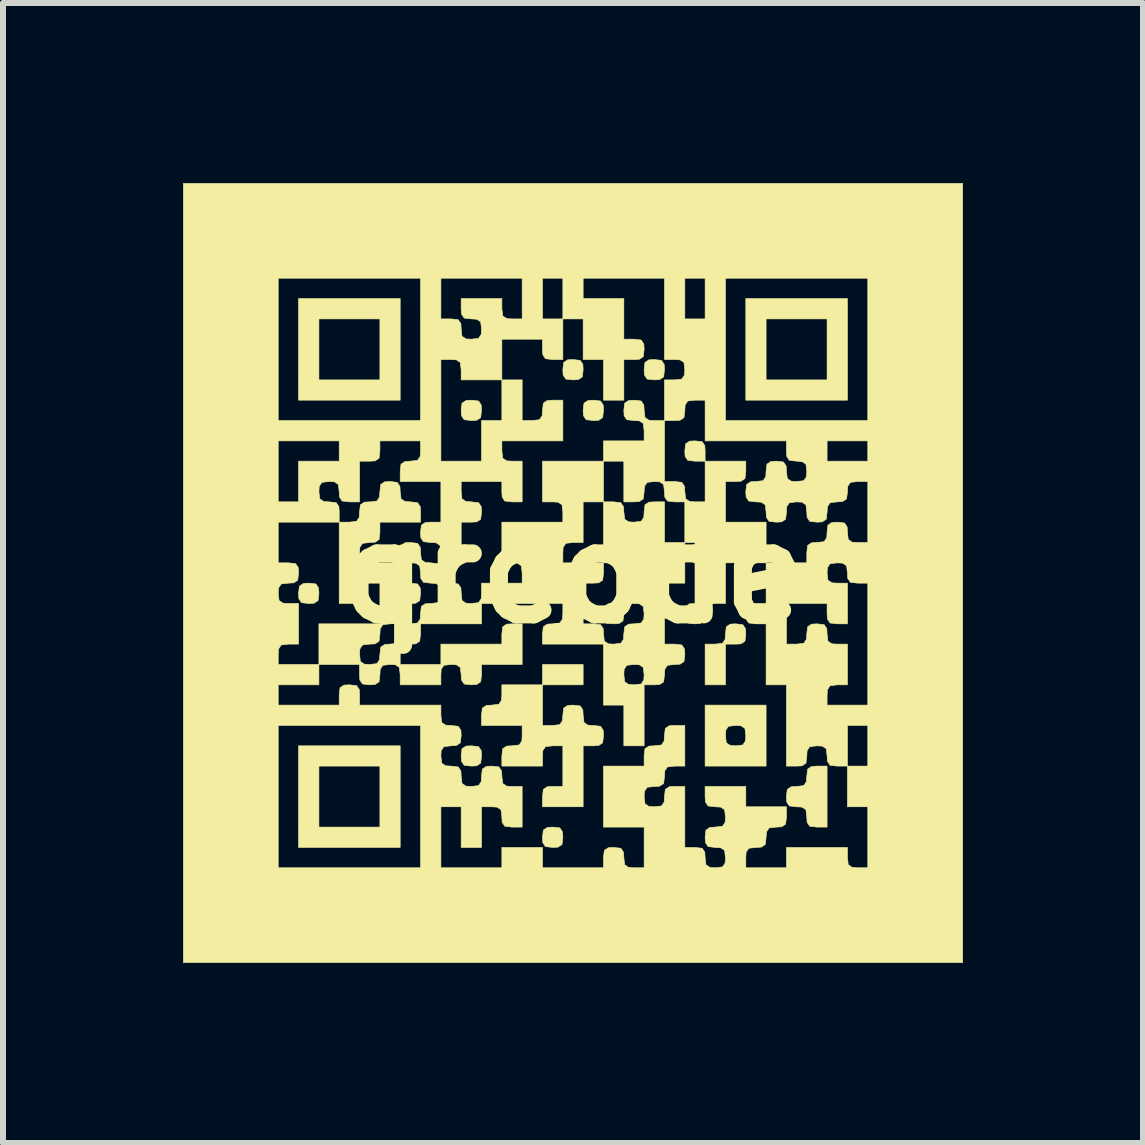
<source format=kicad_pcb>
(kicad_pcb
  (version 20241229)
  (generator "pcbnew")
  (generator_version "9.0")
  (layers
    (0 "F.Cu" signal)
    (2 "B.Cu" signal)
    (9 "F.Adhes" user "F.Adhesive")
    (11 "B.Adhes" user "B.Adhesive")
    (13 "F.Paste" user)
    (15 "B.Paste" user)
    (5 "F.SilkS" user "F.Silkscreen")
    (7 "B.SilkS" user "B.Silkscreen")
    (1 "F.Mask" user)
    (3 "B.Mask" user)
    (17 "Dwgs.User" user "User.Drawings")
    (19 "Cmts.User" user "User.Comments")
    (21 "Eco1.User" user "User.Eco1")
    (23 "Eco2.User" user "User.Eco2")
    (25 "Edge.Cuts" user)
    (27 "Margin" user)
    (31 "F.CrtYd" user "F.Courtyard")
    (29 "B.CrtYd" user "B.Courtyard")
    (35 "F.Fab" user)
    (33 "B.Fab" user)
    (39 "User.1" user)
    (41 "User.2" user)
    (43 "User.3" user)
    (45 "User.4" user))
  (footprint "qrcode"
    (layer "F.Cu")
    (at 6.496 6.496)
    (property "Reference" "qrcode" (at 0 0 0) (layer "F.SilkS") (effects (font (size 1.524 1.524) (thickness 0.3))))
    (attr through_hole)
    (fp_poly (pts (xy -0.508 1.524) (xy 0.169 1.524) (xy 0.169 1.863) (xy -0.508 1.863) (xy -0.508 1.524)) (stroke (width 0.01) (type solid)) (fill yes) (layer "F.SilkS"))
    (fp_poly (pts (xy -2.879 -2.879) (xy -4.572 -2.879) (xy -4.572 -4.233) (xy -4.233 -4.233) (xy -4.233 -3.217) (xy -3.217 -3.217) (xy -3.217 -4.233) (xy -4.233 -4.233) (xy -4.572 -4.233) (xy -4.572 -4.572) (xy -2.879 -4.572) (xy -2.879 -2.879)) (stroke (width 0.01) (type solid)) (fill yes) (layer "F.SilkS"))
    (fp_poly (pts (xy -2.879 4.572) (xy -4.572 4.572) (xy -4.572 3.217) (xy -4.233 3.217) (xy -4.233 4.233) (xy -3.217 4.233) (xy -3.217 3.217) (xy -4.233 3.217) (xy -4.572 3.217) (xy -4.572 2.879) (xy -2.879 2.879) (xy -2.879 4.572)) (stroke (width 0.01) (type solid)) (fill yes) (layer "F.SilkS"))
    (fp_poly (pts (xy 2.032 -1.863) (xy 1.912 -1.877) (xy 1.868 -1.943) (xy 1.863 -2.032) (xy 1.877 -2.152) (xy 1.943 -2.196) (xy 2.032 -2.201) (xy 2.152 -2.187) (xy 2.196 -2.121) (xy 2.201 -2.032) (xy 2.201 -1.863) (xy 2.032 -1.863)) (stroke (width 0.01) (type solid)) (fill yes) (layer "F.SilkS"))
    (fp_poly (pts (xy 4.572 -2.879) (xy 2.879 -2.879) (xy 2.879 -4.233) (xy 3.217 -4.233) (xy 3.217 -3.217) (xy 4.233 -3.217) (xy 4.233 -4.233) (xy 3.217 -4.233) (xy 2.879 -4.233) (xy 2.879 -4.572) (xy 4.572 -4.572) (xy 4.572 -2.879)) (stroke (width 0.01) (type solid)) (fill yes) (layer "F.SilkS"))
    (fp_poly (pts (xy -4.283 0.183) (xy -4.239 0.249) (xy -4.233 0.339) (xy -4.247 0.459) (xy -4.313 0.503) (xy -4.403 0.508) (xy -4.523 0.494) (xy -4.567 0.428) (xy -4.572 0.339) (xy -4.558 0.219) (xy -4.492 0.175) (xy -4.403 0.169) (xy -4.283 0.183)) (stroke (width 0.01) (type solid)) (fill yes) (layer "F.SilkS"))
    (fp_poly (pts (xy -1.573 -2.865) (xy -1.529 -2.799) (xy -1.524 -2.709) (xy -1.538 -2.589) (xy -1.604 -2.545) (xy -1.693 -2.54) (xy -1.813 -2.554) (xy -1.857 -2.62) (xy -1.863 -2.709) (xy -1.849 -2.829) (xy -1.783 -2.873) (xy -1.693 -2.879) (xy -1.573 -2.865)) (stroke (width 0.01) (type solid)) (fill yes) (layer "F.SilkS"))
    (fp_poly (pts (xy -1.573 2.893) (xy -1.529 2.959) (xy -1.524 3.048) (xy -1.538 3.168) (xy -1.604 3.212) (xy -1.693 3.217) (xy -1.813 3.203) (xy -1.857 3.137) (xy -1.863 3.048) (xy -1.849 2.928) (xy -1.783 2.884) (xy -1.693 2.879) (xy -1.573 2.893)) (stroke (width 0.01) (type solid)) (fill yes) (layer "F.SilkS"))
    (fp_poly (pts (xy -0.219 4.247) (xy -0.175 4.313) (xy -0.169 4.403) (xy -0.183 4.523) (xy -0.249 4.567) (xy -0.339 4.572) (xy -0.459 4.558) (xy -0.503 4.492) (xy -0.508 4.403) (xy -0.494 4.283) (xy -0.428 4.239) (xy -0.339 4.233) (xy -0.219 4.247)) (stroke (width 0.01) (type solid)) (fill yes) (layer "F.SilkS"))
    (fp_poly (pts (xy 0.12 -3.542) (xy 0.164 -3.476) (xy 0.169 -3.387) (xy 0.155 -3.267) (xy 0.089 -3.223) (xy 0 -3.217) (xy -0.12 -3.231) (xy -0.164 -3.297) (xy -0.169 -3.387) (xy -0.155 -3.507) (xy -0.089 -3.551) (xy 0 -3.556) (xy 0.12 -3.542)) (stroke (width 0.01) (type solid)) (fill yes) (layer "F.SilkS"))
    (fp_poly (pts (xy 0.459 -2.865) (xy 0.503 -2.799) (xy 0.508 -2.709) (xy 0.494 -2.589) (xy 0.428 -2.545) (xy 0.339 -2.54) (xy 0.219 -2.554) (xy 0.175 -2.62) (xy 0.169 -2.709) (xy 0.183 -2.829) (xy 0.249 -2.873) (xy 0.339 -2.879) (xy 0.459 -2.865)) (stroke (width 0.01) (type solid)) (fill yes) (layer "F.SilkS"))
    (fp_poly (pts (xy 0.797 0.522) (xy 0.841 0.588) (xy 0.847 0.677) (xy 0.833 0.797) (xy 0.767 0.841) (xy 0.677 0.847) (xy 0.557 0.833) (xy 0.513 0.767) (xy 0.508 0.677) (xy 0.522 0.557) (xy 0.588 0.513) (xy 0.677 0.508) (xy 0.797 0.522)) (stroke (width 0.01) (type solid)) (fill yes) (layer "F.SilkS"))
    (fp_poly (pts (xy 1.475 -3.542) (xy 1.519 -3.476) (xy 1.524 -3.387) (xy 1.51 -3.267) (xy 1.444 -3.223) (xy 1.355 -3.217) (xy 1.235 -3.231) (xy 1.191 -3.297) (xy 1.185 -3.387) (xy 1.199 -3.507) (xy 1.265 -3.551) (xy 1.355 -3.556) (xy 1.475 -3.542)) (stroke (width 0.01) (type solid)) (fill yes) (layer "F.SilkS"))
    (fp_poly (pts (xy 2.829 0.861) (xy 2.873 0.927) (xy 2.879 1.016) (xy 2.865 1.136) (xy 2.799 1.18) (xy 2.709 1.185) (xy 2.54 1.185) (xy 2.54 1.863) (xy 2.201 1.863) (xy 2.201 1.185) (xy 2.371 1.185) (xy 2.491 1.171) (xy 2.535 1.105) (xy 2.54 1.016) (xy 2.554 0.896) (xy 2.62 0.852) (xy 2.709 0.847) (xy 2.829 0.861)) (stroke (width 0.01) (type solid)) (fill yes) (layer "F.SilkS"))
    (fp_poly (pts (xy 3.217 3.217) (xy 2.201 3.217) (xy 2.201 2.709) (xy 2.54 2.709) (xy 2.554 2.829) (xy 2.62 2.873) (xy 2.709 2.879) (xy 2.829 2.865) (xy 2.873 2.799) (xy 2.879 2.709) (xy 2.865 2.589) (xy 2.799 2.545) (xy 2.709 2.54) (xy 2.589 2.554) (xy 2.545 2.62) (xy 2.54 2.709) (xy 2.201 2.709) (xy 2.201 2.201) (xy 3.217 2.201) (xy 3.217 3.217)) (stroke (width 0.01) (type solid)) (fill yes) (layer "F.SilkS"))
    (fp_poly (pts (xy 4.233 4.233) (xy 4.064 4.233) (xy 3.944 4.219) (xy 3.9 4.153) (xy 3.895 4.064) (xy 3.881 3.944) (xy 3.815 3.9) (xy 3.725 3.895) (xy 3.605 3.881) (xy 3.561 3.815) (xy 3.556 3.725) (xy 3.57 3.605) (xy 3.636 3.561) (xy 3.725 3.556) (xy 3.845 3.542) (xy 3.889 3.476) (xy 3.895 3.387) (xy 3.909 3.267) (xy 3.975 3.223) (xy 4.064 3.217) (xy 4.233 3.217) (xy 4.233 4.233)) (stroke (width 0.01) (type solid)) (fill yes) (layer "F.SilkS"))
    (fp_poly (pts (xy -0.508 2.54) (xy -0.339 2.54) (xy -0.219 2.526) (xy -0.175 2.46) (xy -0.169 2.371) (xy -0.155 2.251) (xy -0.089 2.207) (xy 0 2.201) (xy 0.12 2.215) (xy 0.164 2.281) (xy 0.169 2.371) (xy 0.183 2.491) (xy 0.249 2.535) (xy 0.339 2.54) (xy 0.459 2.554) (xy 0.503 2.62) (xy 0.508 2.709) (xy 0.494 2.829) (xy 0.428 2.873) (xy 0.339 2.879) (xy 0.169 2.879) (xy 0.169 3.895) (xy -0.508 3.895) (xy -0.508 3.725) (xy -0.494 3.605) (xy -0.428 3.561) (xy -0.339 3.556) (xy -0.169 3.556) (xy -0.169 2.879) (xy -0.339 2.879) (xy -0.459 2.893) (xy -0.503 2.959) (xy -0.508 3.048) (xy -0.508 3.217) (xy -1.185 3.217) (xy -1.185 3.048) (xy -1.171 2.928) (xy -1.105 2.884) (xy -1.016 2.879) (xy -0.896 2.865) (xy -0.852 2.799) (xy -0.847 2.709) (xy -0.847 2.54) (xy -1.524 2.54) (xy -1.524 2.371) (xy -1.51 2.251) (xy -1.444 2.207) (xy -1.355 2.201) (xy -1.235 2.187) (xy -1.191 2.121) (xy -1.185 2.032) (xy -1.185 1.863) (xy -0.508 1.863) (xy -0.508 2.54)) (stroke (width 0.01) (type solid)) (fill yes) (layer "F.SilkS"))
    (fp_poly (pts (xy 2.879 -1.863) (xy 2.879 -1.693) (xy 2.865 -1.573) (xy 2.799 -1.529) (xy 2.709 -1.524) (xy 2.54 -1.524) (xy 2.54 -0.847) (xy 3.217 -0.847) (xy 3.217 -0.169) (xy 2.54 -0.169) (xy 2.54 0.508) (xy 2.371 0.508) (xy 2.251 0.522) (xy 2.207 0.588) (xy 2.201 0.677) (xy 2.187 0.797) (xy 2.121 0.841) (xy 2.032 0.847) (xy 1.912 0.833) (xy 1.868 0.767) (xy 1.863 0.677) (xy 1.877 0.557) (xy 1.943 0.513) (xy 2.032 0.508) (xy 2.201 0.508) (xy 2.201 -0.508) (xy 1.863 -0.508) (xy 1.863 0.169) (xy 1.524 0.169) (xy 1.524 1.185) (xy 1.693 1.185) (xy 1.813 1.199) (xy 1.857 1.265) (xy 1.863 1.355) (xy 1.849 1.475) (xy 1.783 1.519) (xy 1.693 1.524) (xy 1.573 1.538) (xy 1.529 1.604) (xy 1.524 1.693) (xy 1.51 1.813) (xy 1.444 1.857) (xy 1.355 1.863) (xy 1.185 1.863) (xy 1.185 2.879) (xy 0.847 2.879) (xy 0.847 2.201) (xy 0.508 2.201) (xy 0.508 1.693) (xy 0.847 1.693) (xy 0.861 1.813) (xy 0.927 1.857) (xy 1.016 1.863) (xy 1.136 1.849) (xy 1.18 1.783) (xy 1.185 1.693) (xy 1.171 1.573) (xy 1.105 1.529) (xy 1.016 1.524) (xy 0.896 1.538) (xy 0.852 1.604) (xy 0.847 1.693) (xy 0.508 1.693) (xy 0.508 1.185) (xy -0.508 1.185) (xy -0.508 1.016) (xy -0.494 0.896) (xy -0.428 0.852) (xy -0.339 0.847) (xy -0.219 0.833) (xy -0.175 0.767) (xy -0.169 0.677) (xy -0.169 0.508) (xy -1.524 0.508) (xy -1.524 0.847) (xy -2.54 0.847) (xy -2.54 1.016) (xy -2.554 1.136) (xy -2.62 1.18) (xy -2.709 1.185) (xy -2.829 1.199) (xy -2.873 1.265) (xy -2.879 1.355) (xy -2.879 1.524) (xy -2.201 1.524) (xy -2.201 1.185) (xy -1.185 1.185) (xy -1.185 1.016) (xy -1.171 0.896) (xy -1.105 0.852) (xy -1.016 0.847) (xy -0.847 0.847) (xy -0.847 1.524) (xy -1.524 1.524) (xy -1.524 1.693) (xy -1.538 1.813) (xy -1.604 1.857) (xy -1.693 1.863) (xy -1.813 1.849) (xy -1.857 1.783) (xy -1.863 1.693) (xy -1.877 1.573) (xy -1.943 1.529) (xy -2.032 1.524) (xy -2.152 1.538) (xy -2.196 1.604) (xy -2.201 1.693) (xy -2.201 1.863) (xy -2.879 1.863) (xy -2.879 1.693) (xy -2.893 1.573) (xy -2.959 1.529) (xy -3.048 1.524) (xy -3.168 1.538) (xy -3.212 1.604) (xy -3.217 1.693) (xy -3.231 1.813) (xy -3.297 1.857) (xy -3.387 1.863) (xy -3.507 1.849) (xy -3.551 1.783) (xy -3.556 1.693) (xy -3.556 1.524) (xy -4.233 1.524) (xy -4.233 1.355) (xy -3.556 1.355) (xy -3.542 1.475) (xy -3.476 1.519) (xy -3.387 1.524) (xy -3.267 1.51) (xy -3.223 1.444) (xy -3.217 1.355) (xy -3.203 1.235) (xy -3.137 1.191) (xy -3.048 1.185) (xy -2.928 1.171) (xy -2.884 1.105) (xy -2.879 1.016) (xy -2.865 0.896) (xy -2.799 0.852) (xy -2.709 0.847) (xy -2.589 0.833) (xy -2.545 0.767) (xy -2.54 0.677) (xy -2.526 0.557) (xy -2.46 0.513) (xy -2.371 0.508) (xy -2.251 0.494) (xy -2.207 0.428) (xy -2.201 0.339) (xy -2.215 0.219) (xy -2.281 0.175) (xy -2.371 0.169) (xy -2.491 0.155) (xy -2.535 0.089) (xy -2.54 0) (xy -2.554 -0.12) (xy -2.62 -0.164) (xy -2.709 -0.169) (xy -2.829 -0.155) (xy -2.873 -0.089) (xy -2.879 0) (xy -2.865 0.12) (xy -2.799 0.164) (xy -2.709 0.169) (xy -2.589 0.183) (xy -2.545 0.249) (xy -2.54 0.339) (xy -2.554 0.459) (xy -2.62 0.503) (xy -2.709 0.508) (xy -2.829 0.522) (xy -2.873 0.588) (xy -2.879 0.677) (xy -2.893 0.797) (xy -2.959 0.841) (xy -3.048 0.847) (xy -3.168 0.861) (xy -3.212 0.927) (xy -3.217 1.016) (xy -3.231 1.136) (xy -3.297 1.18) (xy -3.387 1.185) (xy -3.507 1.199) (xy -3.551 1.265) (xy -3.556 1.355) (xy -4.233 1.355) (xy -4.233 0.847) (xy -3.217 0.847) (xy -3.217 0.169) (xy -3.387 0.169) (xy -3.507 0.183) (xy -3.551 0.249) (xy -3.556 0.339) (xy -3.57 0.459) (xy -3.636 0.503) (xy -3.725 0.508) (xy -3.895 0.508) (xy -3.895 -0.847) (xy -3.725 -0.847) (xy -3.605 -0.861) (xy -3.561 -0.927) (xy -3.556 -1.016) (xy -3.542 -1.136) (xy -3.476 -1.18) (xy -3.387 -1.185) (xy -3.267 -1.199) (xy -3.223 -1.265) (xy -3.217 -1.355) (xy -3.203 -1.475) (xy -3.137 -1.519) (xy -3.048 -1.524) (xy -2.928 -1.51) (xy -2.884 -1.444) (xy -2.879 -1.355) (xy -2.865 -1.235) (xy -2.799 -1.191) (xy -2.709 -1.185) (xy -2.589 -1.171) (xy -2.545 -1.105) (xy -2.54 -1.016) (xy -2.54 -0.847) (xy -3.217 -0.847) (xy -3.217 -0.677) (xy -3.231 -0.557) (xy -3.297 -0.513) (xy -3.387 -0.508) (xy -3.507 -0.494) (xy -3.551 -0.428) (xy -3.556 -0.339) (xy -3.556 -0.169) (xy -2.879 -0.169) (xy -2.879 -0.339) (xy -2.865 -0.459) (xy -2.799 -0.503) (xy -2.709 -0.508) (xy -2.589 -0.494) (xy -2.545 -0.428) (xy -2.54 -0.339) (xy -2.526 -0.219) (xy -2.46 -0.175) (xy -2.371 -0.169) (xy -2.251 -0.155) (xy -2.207 -0.089) (xy -2.201 0) (xy -2.187 0.12) (xy -2.121 0.164) (xy -2.032 0.169) (xy -1.912 0.183) (xy -1.868 0.249) (xy -1.863 0.339) (xy -1.849 0.459) (xy -1.783 0.503) (xy -1.693 0.508) (xy -1.573 0.494) (xy -1.529 0.428) (xy -1.524 0.339) (xy -1.524 0.169) (xy -0.847 0.169) (xy 0.169 0.169) (xy 0.169 0.847) (xy 0.339 0.847) (xy 0.459 0.861) (xy 0.503 0.927) (xy 0.508 1.016) (xy 0.522 1.136) (xy 0.588 1.18) (xy 0.677 1.185) (xy 0.797 1.171) (xy 0.841 1.105) (xy 0.847 1.016) (xy 0.861 0.896) (xy 0.927 0.852) (xy 1.016 0.847) (xy 1.136 0.833) (xy 1.18 0.767) (xy 1.185 0.677) (xy 1.171 0.557) (xy 1.105 0.513) (xy 1.016 0.508) (xy 0.847 0.508) (xy 0.847 -0.169) (xy 0.508 -0.169) (xy 0.508 0) (xy 0.494 0.12) (xy 0.428 0.164) (xy 0.339 0.169) (xy 0.169 0.169) (xy -0.847 0.169) (xy -0.847 0) (xy -0.861 -0.12) (xy -0.927 -0.164) (xy -1.016 -0.169) (xy -1.185 -0.169) (xy -1.185 -0.339) (xy -0.169 -0.339) (xy -0.169 -0.169) (xy 0.508 -0.169) (xy 0.508 -1.185) (xy 0.169 -1.185) (xy 0.169 -0.508) (xy 0 -0.508) (xy -0.12 -0.494) (xy -0.164 -0.428) (xy -0.169 -0.339) (xy -1.185 -0.339) (xy -1.185 -0.847) (xy -0.169 -0.847) (xy -0.169 -1.016) (xy -0.183 -1.136) (xy -0.249 -1.18) (xy -0.339 -1.185) (xy -0.508 -1.185) (xy -0.508 -1.863) (xy 0.508 -1.863) (xy 0.508 -1.185) (xy 0.677 -1.185) (xy 0.797 -1.171) (xy 0.841 -1.105) (xy 0.847 -1.016) (xy 0.861 -0.896) (xy 0.927 -0.852) (xy 1.016 -0.847) (xy 1.136 -0.861) (xy 1.18 -0.927) (xy 1.185 -1.016) (xy 1.199 -1.136) (xy 1.265 -1.18) (xy 1.355 -1.185) (xy 1.524 -1.185) (xy 1.524 -0.508) (xy 1.863 -0.508) (xy 1.863 -1.185) (xy 1.693 -1.185) (xy 1.573 -1.199) (xy 1.529 -1.265) (xy 1.524 -1.355) (xy 1.51 -1.475) (xy 1.444 -1.519) (xy 1.355 -1.524) (xy 1.235 -1.51) (xy 1.191 -1.444) (xy 1.185 -1.355) (xy 1.171 -1.235) (xy 1.105 -1.191) (xy 1.016 -1.185) (xy 0.847 -1.185) (xy 0.847 -1.863) (xy 0.508 -1.863) (xy 0.508 -2.201) (xy 1.185 -2.201) (xy 1.185 -2.371) (xy 1.171 -2.491) (xy 1.105 -2.535) (xy 1.016 -2.54) (xy 0.896 -2.554) (xy 0.852 -2.62) (xy 0.847 -2.709) (xy 0.861 -2.829) (xy 0.927 -2.873) (xy 1.016 -2.879) (xy 1.136 -2.865) (xy 1.18 -2.799) (xy 1.185 -2.709) (xy 1.199 -2.589) (xy 1.265 -2.545) (xy 1.355 -2.54) (xy 1.524 -2.54) (xy 1.524 -1.524) (xy 1.693 -1.524) (xy 1.813 -1.51) (xy 1.857 -1.444) (xy 1.863 -1.355) (xy 1.877 -1.235) (xy 1.943 -1.191) (xy 2.032 -1.185) (xy 2.201 -1.185) (xy 2.201 -1.863) (xy 2.879 -1.863)) (stroke (width 0.01) (type solid)) (fill yes) (layer "F.SilkS"))
    (fp_poly (pts (xy 6.491 6.491) (xy -6.491 6.491) (xy -6.491 2.54) (xy -4.911 2.54) (xy -4.911 4.911) (xy -2.54 4.911) (xy -2.54 2.54) (xy -4.911 2.54) (xy -6.491 2.54) (xy -6.491 -0.847) (xy -4.911 -0.847) (xy -4.911 -0.169) (xy -4.741 -0.169) (xy -4.621 -0.155) (xy -4.577 -0.089) (xy -4.572 0) (xy -4.586 0.12) (xy -4.652 0.164) (xy -4.741 0.169) (xy -4.861 0.183) (xy -4.905 0.249) (xy -4.911 0.339) (xy -4.897 0.459) (xy -4.831 0.503) (xy -4.741 0.508) (xy -4.572 0.508) (xy -4.572 1.185) (xy -4.741 1.185) (xy -4.861 1.199) (xy -4.905 1.265) (xy -4.911 1.355) (xy -4.911 1.524) (xy -4.233 1.524) (xy -4.233 1.863) (xy -4.911 1.863) (xy -4.911 2.201) (xy -3.895 2.201) (xy -3.895 2.032) (xy -3.881 1.912) (xy -3.815 1.868) (xy -3.725 1.863) (xy -3.605 1.877) (xy -3.561 1.943) (xy -3.556 2.032) (xy -3.556 2.201) (xy -2.201 2.201) (xy -2.201 2.371) (xy -2.187 2.491) (xy -2.121 2.535) (xy -2.032 2.54) (xy -1.912 2.554) (xy -1.868 2.62) (xy -1.863 2.709) (xy -1.877 2.829) (xy -1.943 2.873) (xy -2.032 2.879) (xy -2.152 2.893) (xy -2.196 2.959) (xy -2.201 3.048) (xy -2.187 3.168) (xy -2.121 3.212) (xy -2.032 3.217) (xy -1.912 3.231) (xy -1.868 3.297) (xy -1.863 3.387) (xy -1.849 3.507) (xy -1.783 3.551) (xy -1.693 3.556) (xy -1.573 3.542) (xy -1.529 3.476) (xy -1.524 3.387) (xy -1.51 3.267) (xy -1.444 3.223) (xy -1.355 3.217) (xy -1.235 3.231) (xy -1.191 3.297) (xy -1.185 3.387) (xy -1.171 3.507) (xy -1.105 3.551) (xy -1.016 3.556) (xy -0.847 3.556) (xy -0.847 4.233) (xy -1.016 4.233) (xy -1.136 4.219) (xy -1.18 4.153) (xy -1.185 4.064) (xy -1.199 3.944) (xy -1.265 3.9) (xy -1.355 3.895) (xy -1.524 3.895) (xy -1.524 4.572) (xy -1.863 4.572) (xy -1.863 3.895) (xy -2.201 3.895) (xy -2.201 4.911) (xy -1.185 4.911) (xy -1.185 4.572) (xy -0.508 4.572) (xy -0.508 4.911) (xy 0.508 4.911) (xy 0.508 4.741) (xy 0.522 4.621) (xy 0.588 4.577) (xy 0.677 4.572) (xy 0.797 4.586) (xy 0.841 4.652) (xy 0.847 4.741) (xy 0.861 4.861) (xy 0.927 4.905) (xy 1.016 4.911) (xy 1.185 4.911) (xy 1.185 4.233) (xy 0.508 4.233) (xy 0.508 3.217) (xy 1.185 3.217) (xy 1.185 3.048) (xy 1.199 2.928) (xy 1.265 2.884) (xy 1.355 2.879) (xy 1.475 2.865) (xy 1.519 2.799) (xy 1.524 2.709) (xy 1.538 2.589) (xy 1.604 2.545) (xy 1.693 2.54) (xy 1.863 2.54) (xy 1.863 3.217) (xy 1.693 3.217) (xy 1.573 3.231) (xy 1.529 3.297) (xy 1.524 3.387) (xy 1.51 3.507) (xy 1.444 3.551) (xy 1.355 3.556) (xy 1.235 3.57) (xy 1.191 3.636) (xy 1.185 3.725) (xy 1.199 3.845) (xy 1.265 3.889) (xy 1.355 3.895) (xy 1.475 3.881) (xy 1.519 3.815) (xy 1.524 3.725) (xy 1.538 3.605) (xy 1.604 3.561) (xy 1.693 3.556) (xy 1.863 3.556) (xy 1.863 4.572) (xy 2.032 4.572) (xy 2.152 4.586) (xy 2.196 4.652) (xy 2.201 4.741) (xy 2.215 4.861) (xy 2.281 4.905) (xy 2.371 4.911) (xy 2.491 4.897) (xy 2.535 4.831) (xy 2.54 4.741) (xy 2.526 4.621) (xy 2.46 4.577) (xy 2.371 4.572) (xy 2.251 4.558) (xy 2.207 4.492) (xy 2.201 4.403) (xy 2.215 4.283) (xy 2.281 4.239) (xy 2.371 4.233) (xy 2.491 4.219) (xy 2.535 4.153) (xy 2.54 4.064) (xy 2.526 3.944) (xy 2.46 3.9) (xy 2.371 3.895) (xy 2.251 3.881) (xy 2.207 3.815) (xy 2.201 3.725) (xy 2.201 3.556) (xy 2.879 3.556) (xy 2.879 3.895) (xy 3.556 3.895) (xy 3.556 4.064) (xy 3.542 4.184) (xy 3.476 4.228) (xy 3.387 4.233) (xy 3.267 4.247) (xy 3.223 4.313) (xy 3.217 4.403) (xy 3.203 4.523) (xy 3.137 4.567) (xy 3.048 4.572) (xy 2.928 4.586) (xy 2.884 4.652) (xy 2.879 4.741) (xy 2.879 4.911) (xy 3.556 4.911) (xy 3.556 4.572) (xy 4.572 4.572) (xy 4.572 4.741) (xy 4.586 4.861) (xy 4.652 4.905) (xy 4.741 4.911) (xy 4.911 4.911) (xy 4.911 3.895) (xy 4.572 3.895) (xy 4.572 3.217) (xy 4.403 3.217) (xy 4.283 3.203) (xy 4.239 3.137) (xy 4.233 3.048) (xy 4.219 2.928) (xy 4.153 2.884) (xy 4.064 2.879) (xy 3.944 2.893) (xy 3.9 2.959) (xy 3.895 3.048) (xy 3.881 3.168) (xy 3.815 3.212) (xy 3.725 3.217) (xy 3.556 3.217) (xy 3.556 2.54) (xy 4.572 2.54) (xy 4.572 3.217) (xy 4.911 3.217) (xy 4.911 2.54) (xy 4.572 2.54) (xy 3.556 2.54) (xy 3.556 1.863) (xy 3.217 1.863) (xy 3.217 0.847) (xy 3.048 0.847) (xy 2.928 0.833) (xy 2.884 0.767) (xy 2.879 0.677) (xy 2.893 0.557) (xy 2.959 0.513) (xy 3.048 0.508) (xy 3.217 0.508) (xy 3.556 0.508) (xy 3.556 1.185) (xy 3.725 1.185) (xy 3.845 1.171) (xy 3.889 1.105) (xy 3.895 1.016) (xy 3.909 0.896) (xy 3.975 0.852) (xy 4.064 0.847) (xy 4.184 0.861) (xy 4.228 0.927) (xy 4.233 1.016) (xy 4.247 1.136) (xy 4.313 1.18) (xy 4.403 1.185) (xy 4.572 1.185) (xy 4.572 1.863) (xy 4.403 1.863) (xy 4.283 1.877) (xy 4.239 1.943) (xy 4.233 2.032) (xy 4.233 2.201) (xy 4.911 2.201) (xy 4.911 0.169) (xy 4.741 0.169) (xy 4.621 0.155) (xy 4.577 0.089) (xy 4.572 0) (xy 4.558 -0.12) (xy 4.492 -0.164) (xy 4.403 -0.169) (xy 4.283 -0.155) (xy 4.239 -0.089) (xy 4.233 0) (xy 4.247 0.12) (xy 4.313 0.164) (xy 4.403 0.169) (xy 4.572 0.169) (xy 4.572 0.847) (xy 4.403 0.847) (xy 4.283 0.833) (xy 4.239 0.767) (xy 4.233 0.677) (xy 4.233 0.508) (xy 3.556 0.508) (xy 3.217 0.508) (xy 3.217 -0.169) (xy 3.895 -0.169) (xy 3.895 -0.339) (xy 3.909 -0.459) (xy 3.975 -0.503) (xy 4.064 -0.508) (xy 4.184 -0.522) (xy 4.228 -0.588) (xy 4.233 -0.677) (xy 4.247 -0.797) (xy 4.313 -0.841) (xy 4.403 -0.847) (xy 4.523 -0.833) (xy 4.567 -0.767) (xy 4.572 -0.677) (xy 4.586 -0.557) (xy 4.652 -0.513) (xy 4.741 -0.508) (xy 4.911 -0.508) (xy 4.911 -1.524) (xy 4.741 -1.524) (xy 4.621 -1.51) (xy 4.577 -1.444) (xy 4.572 -1.355) (xy 4.558 -1.235) (xy 4.492 -1.191) (xy 4.403 -1.185) (xy 4.283 -1.171) (xy 4.239 -1.105) (xy 4.233 -1.016) (xy 4.219 -0.896) (xy 4.153 -0.852) (xy 4.064 -0.847) (xy 3.944 -0.861) (xy 3.9 -0.927) (xy 3.895 -1.016) (xy 3.881 -1.136) (xy 3.815 -1.18) (xy 3.725 -1.185) (xy 3.605 -1.171) (xy 3.561 -1.105) (xy 3.556 -1.016) (xy 3.542 -0.896) (xy 3.476 -0.852) (xy 3.387 -0.847) (xy 3.267 -0.861) (xy 3.223 -0.927) (xy 3.217 -1.016) (xy 3.203 -1.136) (xy 3.137 -1.18) (xy 3.048 -1.185) (xy 2.928 -1.199) (xy 2.884 -1.265) (xy 2.879 -1.355) (xy 2.893 -1.475) (xy 2.959 -1.519) (xy 3.048 -1.524) (xy 3.168 -1.538) (xy 3.212 -1.604) (xy 3.217 -1.693) (xy 3.231 -1.813) (xy 3.297 -1.857) (xy 3.387 -1.863) (xy 3.507 -1.849) (xy 3.551 -1.783) (xy 3.556 -1.693) (xy 3.57 -1.573) (xy 3.636 -1.529) (xy 3.725 -1.524) (xy 3.845 -1.538) (xy 3.889 -1.604) (xy 3.895 -1.693) (xy 3.881 -1.813) (xy 3.815 -1.857) (xy 3.725 -1.863) (xy 3.605 -1.877) (xy 3.561 -1.943) (xy 3.556 -2.032) (xy 3.556 -2.201) (xy 4.233 -2.201) (xy 4.233 -1.863) (xy 4.911 -1.863) (xy 4.911 -2.201) (xy 4.233 -2.201) (xy 3.556 -2.201) (xy 2.201 -2.201) (xy 2.201 -2.879) (xy 2.032 -2.879) (xy 1.912 -2.865) (xy 1.868 -2.799) (xy 1.863 -2.709) (xy 1.849 -2.589) (xy 1.783 -2.545) (xy 1.693 -2.54) (xy 1.524 -2.54) (xy 1.524 -3.217) (xy 1.693 -3.217) (xy 1.813 -3.231) (xy 1.857 -3.297) (xy 1.863 -3.387) (xy 1.849 -3.507) (xy 1.783 -3.551) (xy 1.693 -3.556) (xy 1.524 -3.556) (xy 1.524 -4.911) (xy 1.863 -4.911) (xy 1.863 -4.233) (xy 2.201 -4.233) (xy 2.201 -4.911) (xy 2.54 -4.911) (xy 2.54 -2.54) (xy 4.911 -2.54) (xy 4.911 -4.911) (xy 2.54 -4.911) (xy 2.201 -4.911) (xy 1.863 -4.911) (xy 1.524 -4.911) (xy 0.169 -4.911) (xy 0.169 -4.572) (xy 0.847 -4.572) (xy 0.847 -3.895) (xy 1.016 -3.895) (xy 1.136 -3.881) (xy 1.18 -3.815) (xy 1.185 -3.725) (xy 1.171 -3.605) (xy 1.105 -3.561) (xy 1.016 -3.556) (xy 0.847 -3.556) (xy 0.847 -2.879) (xy 0.508 -2.879) (xy 0.508 -3.556) (xy 0.169 -3.556) (xy 0.169 -4.233) (xy -0.169 -4.233) (xy -0.169 -3.556) (xy -0.339 -3.556) (xy -0.459 -3.57) (xy -0.503 -3.636) (xy -0.508 -3.725) (xy -0.508 -3.895) (xy -1.185 -3.895) (xy -1.185 -3.217) (xy -0.847 -3.217) (xy -0.847 -2.54) (xy -0.677 -2.54) (xy -0.557 -2.554) (xy -0.513 -2.62) (xy -0.508 -2.709) (xy -0.494 -2.829) (xy -0.428 -2.873) (xy -0.339 -2.879) (xy -0.169 -2.879) (xy -0.169 -2.201) (xy -1.185 -2.201) (xy -1.185 -2.032) (xy -1.171 -1.912) (xy -1.105 -1.868) (xy -1.016 -1.863) (xy -0.847 -1.863) (xy -0.847 -1.185) (xy -1.016 -1.185) (xy -1.136 -1.199) (xy -1.18 -1.265) (xy -1.185 -1.355) (xy -1.185 -1.524) (xy -1.863 -1.524) (xy -1.863 -1.355) (xy -1.849 -1.235) (xy -1.783 -1.191) (xy -1.693 -1.185) (xy -1.573 -1.171) (xy -1.529 -1.105) (xy -1.524 -1.016) (xy -1.538 -0.896) (xy -1.604 -0.852) (xy -1.693 -0.847) (xy -1.863 -0.847) (xy -1.863 -0.169) (xy -2.032 -0.169) (xy -2.152 -0.183) (xy -2.196 -0.249) (xy -2.201 -0.339) (xy -2.215 -0.459) (xy -2.281 -0.503) (xy -2.371 -0.508) (xy -2.491 -0.522) (xy -2.535 -0.588) (xy -2.54 -0.677) (xy -2.526 -0.797) (xy -2.46 -0.841) (xy -2.371 -0.847) (xy -2.201 -0.847) (xy -2.201 -1.524) (xy -2.879 -1.524) (xy -2.879 -1.693) (xy -2.865 -1.813) (xy -2.799 -1.857) (xy -2.709 -1.863) (xy -2.589 -1.877) (xy -2.545 -1.943) (xy -2.54 -2.032) (xy -2.54 -2.201) (xy -3.217 -2.201) (xy -3.217 -2.032) (xy -3.231 -1.912) (xy -3.297 -1.868) (xy -3.387 -1.863) (xy -3.556 -1.863) (xy -3.556 -1.185) (xy -3.725 -1.185) (xy -3.845 -1.199) (xy -3.889 -1.265) (xy -3.895 -1.355) (xy -3.909 -1.475) (xy -3.975 -1.519) (xy -4.064 -1.524) (xy -4.184 -1.51) (xy -4.228 -1.444) (xy -4.233 -1.355) (xy -4.219 -1.235) (xy -4.153 -1.191) (xy -4.064 -1.185) (xy -3.944 -1.171) (xy -3.9 -1.105) (xy -3.895 -1.016) (xy -3.895 -0.847) (xy -4.911 -0.847) (xy -6.491 -0.847) (xy -6.491 -2.201) (xy -4.911 -2.201) (xy -4.911 -1.185) (xy -4.572 -1.185) (xy -4.572 -1.863) (xy -3.895 -1.863) (xy -3.895 -2.201) (xy -4.911 -2.201) (xy -6.491 -2.201) (xy -6.491 -4.911) (xy -4.911 -4.911) (xy -4.911 -2.54) (xy -2.54 -2.54) (xy -2.54 -3.556) (xy -2.201 -3.556) (xy -2.201 -1.863) (xy -1.524 -1.863) (xy -1.524 -2.54) (xy -1.185 -2.54) (xy -1.185 -3.217) (xy -1.863 -3.217) (xy -1.863 -3.387) (xy -1.877 -3.507) (xy -1.943 -3.551) (xy -2.032 -3.556) (xy -2.201 -3.556) (xy -2.54 -3.556) (xy -2.54 -4.911) (xy -2.201 -4.911) (xy -2.201 -4.233) (xy -2.032 -4.233) (xy -1.912 -4.219) (xy -1.868 -4.153) (xy -1.863 -4.064) (xy -1.849 -3.944) (xy -1.783 -3.9) (xy -1.693 -3.895) (xy -1.573 -3.909) (xy -1.529 -3.975) (xy -1.524 -4.064) (xy -1.538 -4.184) (xy -1.604 -4.228) (xy -1.693 -4.233) (xy -1.813 -4.247) (xy -1.857 -4.313) (xy -1.863 -4.403) (xy -1.863 -4.572) (xy -1.185 -4.572) (xy -1.185 -4.403) (xy -1.171 -4.283) (xy -1.105 -4.239) (xy -1.016 -4.233) (xy -0.847 -4.233) (xy -0.847 -4.911) (xy -0.508 -4.911) (xy -0.508 -4.233) (xy -0.169 -4.233) (xy -0.169 -4.911) (xy -0.508 -4.911) (xy -0.847 -4.911) (xy -2.201 -4.911) (xy -2.54 -4.911) (xy -4.911 -4.911) (xy -6.491 -4.911) (xy -6.491 -6.491) (xy 6.491 -6.491) (xy 6.491 6.491)) (stroke (width 0.01) (type solid)) (fill yes) (layer "F.SilkS")))
  (gr_rect
    (start -3 -3)
    (end 15.992 15.992)
    (stroke (width 0.1) (type default))
    (fill no)
    (layer "Edge.Cuts")))
</source>
